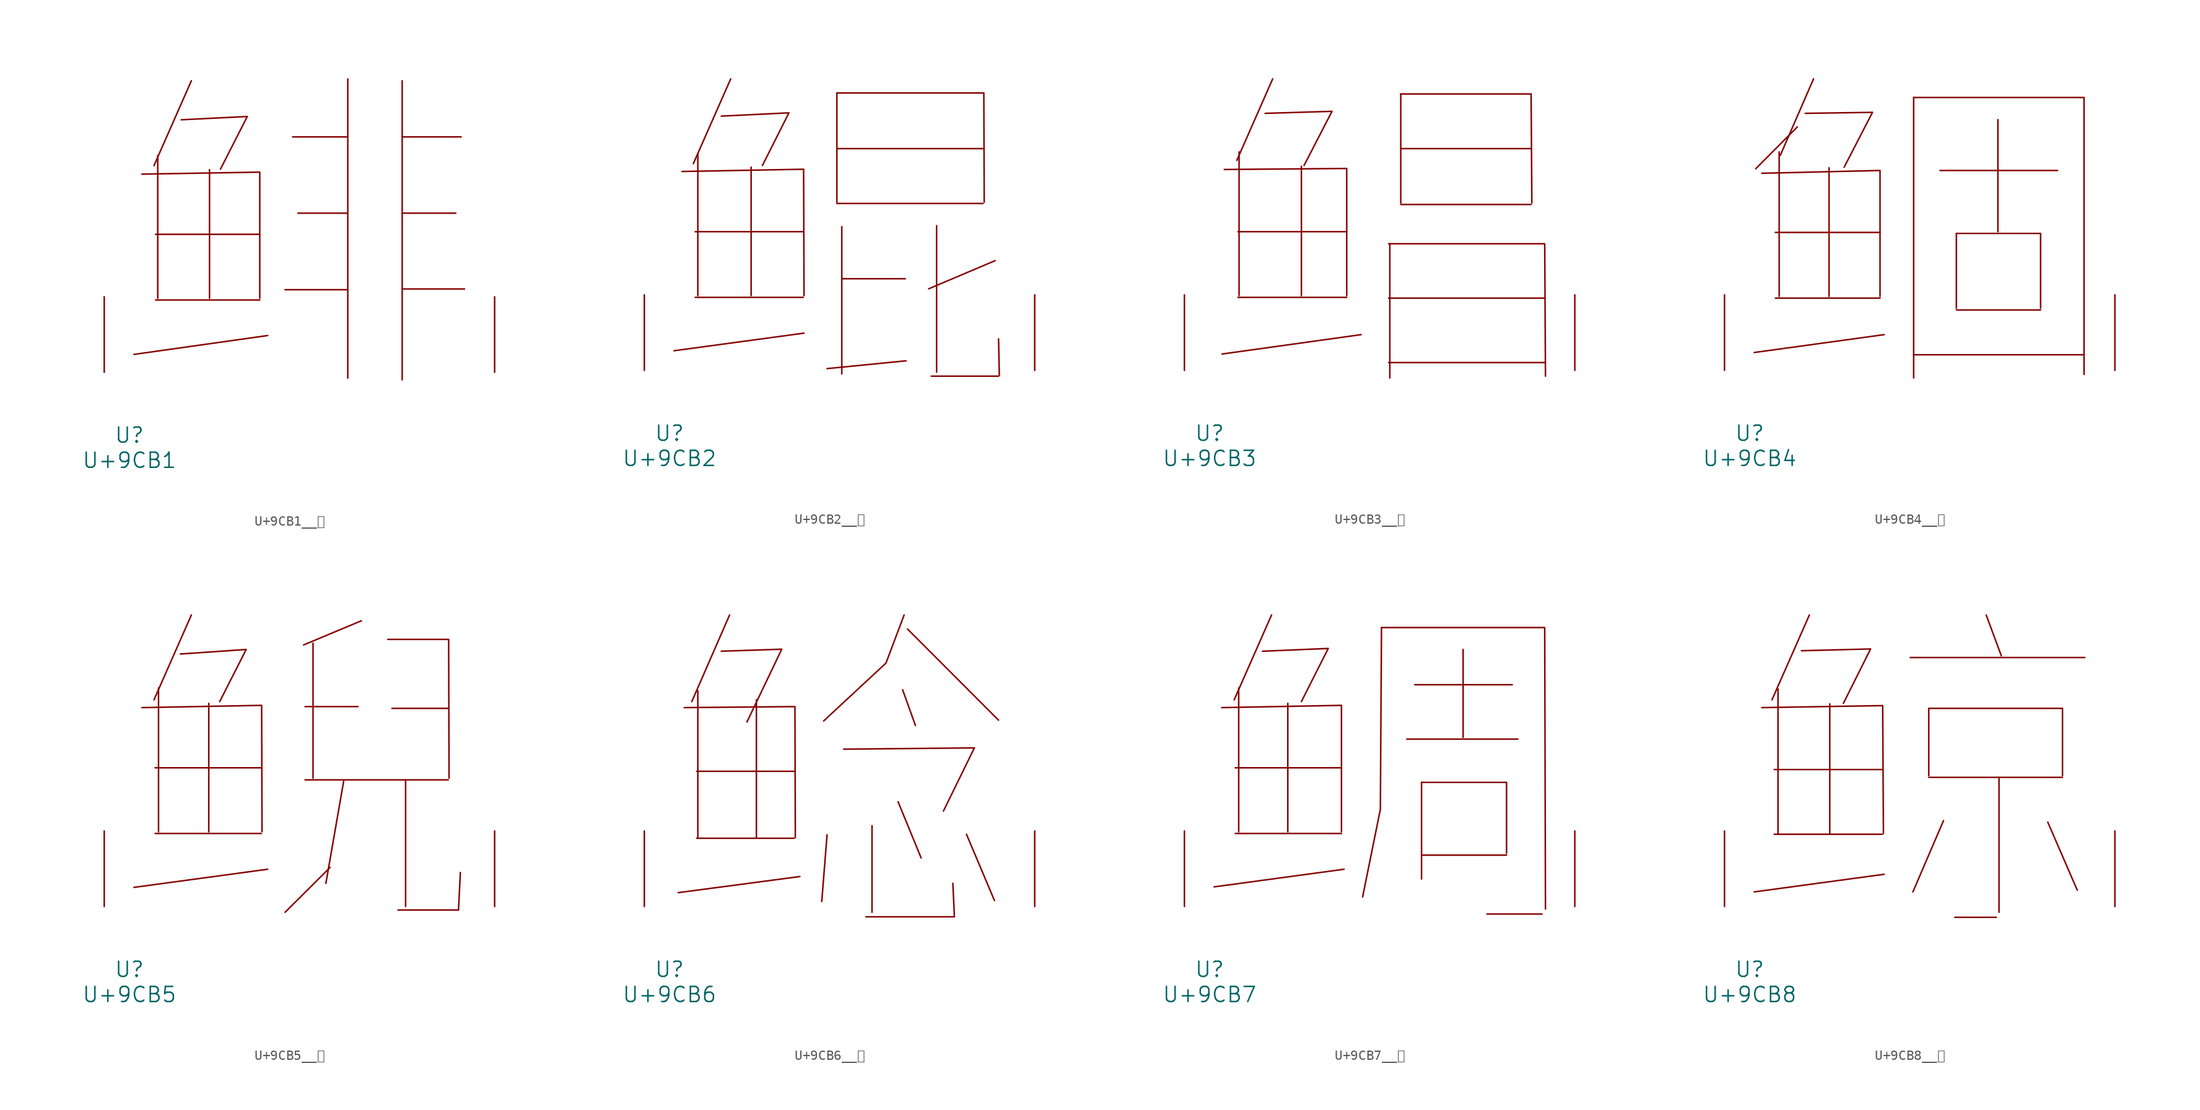
<source format=kicad_sym>
(kicad_symbol_lib
  (version 20231120)
  (generator "kicad_symbol_editor")
  (generator_version "8.0")
  (symbol "U+9CB1__鲱"
    (pin_names
      (offset 1.016))
    (property "Reference" "U"
      (at 0 -6.35 0)
      (effects (font (size 1.524 1.524))))
    (property "Value" "U+9CB1"
      (at 0 -8.89 0)
      (effects (font (size 1.524 1.524))))
    (symbol "U+9CB1__鲱_0_1"
      (polyline (pts (xy 2.629 7.29) (xy 13.145 7.29)) (stroke (width 0) (type solid)) (fill (type none)))
      (polyline (pts (xy 2.629 13.919) (xy 13.145 13.919)) (stroke (width 0) (type solid)) (fill (type none)))
      (polyline (pts (xy 2.857 21.869) (xy 2.857 7.468)) (stroke (width 0) (type solid)) (fill (type none)))
      (polyline (pts (xy 6.248 29.413) (xy 2.477 20.853)) (stroke (width 0) (type solid)) (fill (type none)))
      (polyline (pts (xy 8.077 20.447) (xy 8.077 7.468)) (stroke (width 0) (type solid)) (fill (type none)))
      (polyline (pts (xy 13.945 3.708) (xy 0.457 1.803)) (stroke (width 0) (type solid)) (fill (type none)))
      (polyline (pts (xy 15.697 8.331) (xy 21.946 8.331)) (stroke (width 0) (type solid)) (fill (type none)))
      (polyline (pts (xy 16.459 23.749) (xy 21.946 23.749)) (stroke (width 0) (type solid)) (fill (type none)))
      (polyline (pts (xy 16.993 16.053) (xy 21.946 16.053)) (stroke (width 0) (type solid)) (fill (type none)))
      (polyline (pts (xy 22.022 29.591) (xy 22.022 -0.584)) (stroke (width 0) (type solid)) (fill (type none)))
      (polyline (pts (xy 27.508 8.407) (xy 33.795 8.407)) (stroke (width 0) (type solid)) (fill (type none)))
      (polyline (pts (xy 27.508 16.053) (xy 32.918 16.053)) (stroke (width 0) (type solid)) (fill (type none)))
      (polyline (pts (xy 27.508 23.749) (xy 33.452 23.749)) (stroke (width 0) (type solid)) (fill (type none)))
      (polyline (pts (xy 27.508 29.413) (xy 27.508 -0.762)) (stroke (width 0) (type solid)) (fill (type none)))
      (polyline (pts (xy 1.257 19.99) (xy 13.145 20.193) (xy 13.145 7.468)) (stroke (width 0) (type solid)) (fill (type none)))
      (polyline (pts (xy 5.22 25.476) (xy 11.887 25.806) (xy 9.182 20.498)) (stroke (width 0) (type solid)) (fill (type none)))
      (pin input line (at -2.54 0 90) (length 7.62) (name "~" (effects (font (size 1.27 1.27)))) (number "~" (effects (font (size 1.27 1.27)))))
      (pin input line (at 36.83 0 90) (length 7.62) (name "~" (effects (font (size 1.27 1.27)))) (number "~" (effects (font (size 1.27 1.27)))))))
  (symbol "U+9CB2__鲲"
    (pin_names
      (offset 1.016))
    (property "Reference" "U"
      (at 0 -6.35 0)
      (effects (font (size 1.524 1.524))))
    (property "Value" "U+9CB2"
      (at 0 -8.89 0)
      (effects (font (size 1.524 1.524))))
    (symbol "U+9CB2__鲲_0_1"
      (polyline (pts (xy 2.591 7.366) (xy 13.487 7.366)) (stroke (width 0) (type solid)) (fill (type none)))
      (polyline (pts (xy 2.591 13.995) (xy 13.487 13.995)) (stroke (width 0) (type solid)) (fill (type none)))
      (polyline (pts (xy 2.857 21.869) (xy 2.857 7.544)) (stroke (width 0) (type solid)) (fill (type none)))
      (polyline (pts (xy 6.172 29.413) (xy 2.4 20.853)) (stroke (width 0) (type solid)) (fill (type none)))
      (polyline (pts (xy 8.23 20.498) (xy 8.23 7.544)) (stroke (width 0) (type solid)) (fill (type none)))
      (polyline (pts (xy 13.564 3.759) (xy 0.457 1.981)) (stroke (width 0) (type solid)) (fill (type none)))
      (polyline (pts (xy 16.878 16.84) (xy 31.623 16.84)) (stroke (width 0) (type solid)) (fill (type none)))
      (polyline (pts (xy 16.878 22.377) (xy 31.623 22.377)) (stroke (width 0) (type solid)) (fill (type none)))
      (polyline (pts (xy 16.878 27.991) (xy 16.878 16.967)) (stroke (width 0) (type solid)) (fill (type none)))
      (polyline (pts (xy 17.374 9.246) (xy 23.774 9.246)) (stroke (width 0) (type solid)) (fill (type none)))
      (polyline (pts (xy 17.374 14.503) (xy 17.374 -0.356)) (stroke (width 0) (type solid)) (fill (type none)))
      (polyline (pts (xy 23.851 0.965) (xy 15.888 0.178)) (stroke (width 0) (type solid)) (fill (type none)))
      (polyline (pts (xy 26.403 -0.584) (xy 33.185 -0.584)) (stroke (width 0) (type solid)) (fill (type none)))
      (polyline (pts (xy 26.937 14.605) (xy 26.937 -0.178)) (stroke (width 0) (type solid)) (fill (type none)))
      (polyline (pts (xy 32.842 11.074) (xy 26.137 8.23)) (stroke (width 0) (type solid)) (fill (type none)))
      (polyline (pts (xy 33.185 3.175) (xy 33.261 -0.508)) (stroke (width 0) (type solid)) (fill (type none)))
      (polyline (pts (xy 1.257 20.066) (xy 13.525 20.295) (xy 13.564 7.544)) (stroke (width 0) (type solid)) (fill (type none)))
      (polyline (pts (xy 5.22 25.654) (xy 12.04 25.984) (xy 9.373 20.676)) (stroke (width 0) (type solid)) (fill (type none)))
      (polyline (pts (xy 16.878 27.991) (xy 31.699 27.991) (xy 31.737 16.967)) (stroke (width 0) (type solid)) (fill (type none)))
      (pin input line (at -2.54 0 90) (length 7.62) (name "~" (effects (font (size 1.27 1.27)))) (number "~" (effects (font (size 1.27 1.27)))))
      (pin input line (at 36.83 0 90) (length 7.62) (name "~" (effects (font (size 1.27 1.27)))) (number "~" (effects (font (size 1.27 1.27)))))))
  (symbol "U+9CB3__鲳"
    (pin_names
      (offset 1.016))
    (property "Reference" "U"
      (at 0 -6.35 0)
      (effects (font (size 1.524 1.524))))
    (property "Value" "U+9CB3"
      (at 0 -8.89 0)
      (effects (font (size 1.524 1.524))))
    (symbol "U+9CB3__鲳_0_1"
      (polyline (pts (xy 2.857 7.366) (xy 13.83 7.366)) (stroke (width 0) (type solid)) (fill (type none)))
      (polyline (pts (xy 2.857 13.995) (xy 13.83 13.995)) (stroke (width 0) (type solid)) (fill (type none)))
      (polyline (pts (xy 2.972 22.047) (xy 2.972 7.544)) (stroke (width 0) (type solid)) (fill (type none)))
      (polyline (pts (xy 6.363 29.413) (xy 2.743 21.184)) (stroke (width 0) (type solid)) (fill (type none)))
      (polyline (pts (xy 9.258 20.599) (xy 9.258 7.544)) (stroke (width 0) (type solid)) (fill (type none)))
      (polyline (pts (xy 15.278 3.607) (xy 1.257 1.651)) (stroke (width 0) (type solid)) (fill (type none)))
      (polyline (pts (xy 18.059 0.787) (xy 33.795 0.787)) (stroke (width 0) (type solid)) (fill (type none)))
      (polyline (pts (xy 18.059 7.29) (xy 33.795 7.29)) (stroke (width 0) (type solid)) (fill (type none)))
      (polyline (pts (xy 18.174 12.776) (xy 18.174 -0.762)) (stroke (width 0) (type solid)) (fill (type none)))
      (polyline (pts (xy 19.279 16.739) (xy 32.423 16.739)) (stroke (width 0) (type solid)) (fill (type none)))
      (polyline (pts (xy 19.279 22.377) (xy 32.423 22.377)) (stroke (width 0) (type solid)) (fill (type none)))
      (polyline (pts (xy 19.279 27.889) (xy 19.279 16.891)) (stroke (width 0) (type solid)) (fill (type none)))
      (polyline (pts (xy 1.486 20.269) (xy 13.83 20.371) (xy 13.83 7.544)) (stroke (width 0) (type solid)) (fill (type none)))
      (polyline (pts (xy 5.601 25.933) (xy 12.344 26.137) (xy 9.525 20.676)) (stroke (width 0) (type solid)) (fill (type none)))
      (polyline (pts (xy 18.059 12.776) (xy 33.795 12.776) (xy 33.871 -0.584)) (stroke (width 0) (type solid)) (fill (type none)))
      (polyline (pts (xy 19.279 27.889) (xy 32.423 27.889) (xy 32.499 16.891)) (stroke (width 0) (type solid)) (fill (type none)))
      (pin input line (at -2.54 0 90) (length 7.62) (name "~" (effects (font (size 1.27 1.27)))) (number "~" (effects (font (size 1.27 1.27)))))
      (pin input line (at 36.83 0 90) (length 7.62) (name "~" (effects (font (size 1.27 1.27)))) (number "~" (effects (font (size 1.27 1.27)))))))
  (symbol "U+9CB4__鲴"
    (pin_names
      (offset 1.016))
    (property "Reference" "U"
      (at 0 -6.35 0)
      (effects (font (size 1.524 1.524))))
    (property "Value" "U+9CB4"
      (at 0 -8.89 0)
      (effects (font (size 1.524 1.524))))
    (symbol "U+9CB4__鲴_0_1"
      (polyline (pts (xy 2.591 7.29) (xy 13.145 7.29)) (stroke (width 0) (type solid)) (fill (type none)))
      (polyline (pts (xy 2.591 13.919) (xy 13.145 13.919)) (stroke (width 0) (type solid)) (fill (type none)))
      (polyline (pts (xy 2.972 22.047) (xy 2.972 7.468)) (stroke (width 0) (type solid)) (fill (type none)))
      (polyline (pts (xy 4.801 24.562) (xy 0.61 20.345)) (stroke (width 0) (type solid)) (fill (type none)))
      (polyline (pts (xy 6.439 29.413) (xy 3.086 21.692)) (stroke (width 0) (type solid)) (fill (type none)))
      (polyline (pts (xy 8.001 20.447) (xy 8.001 7.468)) (stroke (width 0) (type solid)) (fill (type none)))
      (polyline (pts (xy 13.564 3.607) (xy 0.457 1.803)) (stroke (width 0) (type solid)) (fill (type none)))
      (polyline (pts (xy 16.535 1.575) (xy 33.718 1.575)) (stroke (width 0) (type solid)) (fill (type none)))
      (polyline (pts (xy 16.535 27.534) (xy 16.535 -0.762)) (stroke (width 0) (type solid)) (fill (type none)))
      (polyline (pts (xy 19.202 20.168) (xy 31.052 20.168)) (stroke (width 0) (type solid)) (fill (type none)))
      (polyline (pts (xy 20.841 6.096) (xy 29.337 6.096)) (stroke (width 0) (type solid)) (fill (type none)))
      (polyline (pts (xy 20.841 13.818) (xy 20.841 6.274)) (stroke (width 0) (type solid)) (fill (type none)))
      (polyline (pts (xy 25.032 25.298) (xy 25.032 13.995)) (stroke (width 0) (type solid)) (fill (type none)))
      (polyline (pts (xy 1.219 19.888) (xy 13.145 20.168) (xy 13.145 7.468)) (stroke (width 0) (type solid)) (fill (type none)))
      (polyline (pts (xy 5.601 25.933) (xy 12.383 26.035) (xy 9.525 20.498)) (stroke (width 0) (type solid)) (fill (type none)))
      (polyline (pts (xy 16.535 27.534) (xy 33.718 27.534) (xy 33.718 -0.406)) (stroke (width 0) (type solid)) (fill (type none)))
      (polyline (pts (xy 20.841 13.818) (xy 29.337 13.818) (xy 29.337 6.274)) (stroke (width 0) (type solid)) (fill (type none)))
      (pin input line (at -2.54 0 90) (length 7.62) (name "~" (effects (font (size 1.27 1.27)))) (number "~" (effects (font (size 1.27 1.27)))))
      (pin input line (at 36.83 0 90) (length 7.62) (name "~" (effects (font (size 1.27 1.27)))) (number "~" (effects (font (size 1.27 1.27)))))))
  (symbol "U+9CB5__鲵"
    (pin_names
      (offset 1.016))
    (property "Reference" "U"
      (at 0 -6.35 0)
      (effects (font (size 1.524 1.524))))
    (property "Value" "U+9CB5"
      (at 0 -8.89 0)
      (effects (font (size 1.524 1.524))))
    (symbol "U+9CB5__鲵_0_1"
      (polyline (pts (xy 2.591 7.366) (xy 13.297 7.366)) (stroke (width 0) (type solid)) (fill (type none)))
      (polyline (pts (xy 2.591 13.995) (xy 13.297 13.995)) (stroke (width 0) (type solid)) (fill (type none)))
      (polyline (pts (xy 2.934 22.047) (xy 2.934 7.544)) (stroke (width 0) (type solid)) (fill (type none)))
      (polyline (pts (xy 6.248 29.413) (xy 2.477 20.853)) (stroke (width 0) (type solid)) (fill (type none)))
      (polyline (pts (xy 8.001 20.498) (xy 8.001 7.544)) (stroke (width 0) (type solid)) (fill (type none)))
      (polyline (pts (xy 13.945 3.759) (xy 0.457 1.93)) (stroke (width 0) (type solid)) (fill (type none)))
      (polyline (pts (xy 17.716 12.776) (xy 32.156 12.776)) (stroke (width 0) (type solid)) (fill (type none)))
      (polyline (pts (xy 17.716 20.168) (xy 23.05 20.168)) (stroke (width 0) (type solid)) (fill (type none)))
      (polyline (pts (xy 18.517 26.568) (xy 18.517 12.954)) (stroke (width 0) (type solid)) (fill (type none)))
      (polyline (pts (xy 20.231 3.937) (xy 15.697 -0.584)) (stroke (width 0) (type solid)) (fill (type none)))
      (polyline (pts (xy 21.603 12.624) (xy 19.812 2.337)) (stroke (width 0) (type solid)) (fill (type none)))
      (polyline (pts (xy 23.393 28.829) (xy 17.564 26.391)) (stroke (width 0) (type solid)) (fill (type none)))
      (polyline (pts (xy 26.48 19.99) (xy 32.156 19.99)) (stroke (width 0) (type solid)) (fill (type none)))
      (polyline (pts (xy 27.089 -0.356) (xy 33.185 -0.356)) (stroke (width 0) (type solid)) (fill (type none)))
      (polyline (pts (xy 27.851 12.776) (xy 27.851 0)) (stroke (width 0) (type solid)) (fill (type none)))
      (polyline (pts (xy 33.376 3.429) (xy 33.185 -0.356)) (stroke (width 0) (type solid)) (fill (type none)))
      (polyline (pts (xy 1.257 20.066) (xy 13.335 20.295) (xy 13.373 7.544)) (stroke (width 0) (type solid)) (fill (type none)))
      (polyline (pts (xy 5.144 25.476) (xy 11.773 25.933) (xy 9.106 20.676)) (stroke (width 0) (type solid)) (fill (type none)))
      (polyline (pts (xy 26.06 26.949) (xy 32.194 26.949) (xy 32.233 12.954)) (stroke (width 0) (type solid)) (fill (type none)))
      (pin input line (at -2.54 0 90) (length 7.62) (name "~" (effects (font (size 1.27 1.27)))) (number "~" (effects (font (size 1.27 1.27)))))
      (pin input line (at 36.83 0 90) (length 7.62) (name "~" (effects (font (size 1.27 1.27)))) (number "~" (effects (font (size 1.27 1.27)))))))
  (symbol "U+9CB6__鲶"
    (pin_names
      (offset 1.016))
    (property "Reference" "U"
      (at 0 -6.35 0)
      (effects (font (size 1.524 1.524))))
    (property "Value" "U+9CB6"
      (at 0 -8.89 0)
      (effects (font (size 1.524 1.524))))
    (symbol "U+9CB6__鲶_0_1"
      (polyline (pts (xy 2.743 6.883) (xy 12.573 6.883)) (stroke (width 0) (type solid)) (fill (type none)))
      (polyline (pts (xy 2.743 13.64) (xy 12.573 13.64)) (stroke (width 0) (type solid)) (fill (type none)))
      (polyline (pts (xy 2.857 21.768) (xy 2.857 6.96)) (stroke (width 0) (type solid)) (fill (type none)))
      (polyline (pts (xy 6.058 29.413) (xy 2.248 20.676)) (stroke (width 0) (type solid)) (fill (type none)))
      (polyline (pts (xy 8.763 20.853) (xy 8.763 6.96)) (stroke (width 0) (type solid)) (fill (type none)))
      (polyline (pts (xy 13.145 3.023) (xy 0.876 1.397)) (stroke (width 0) (type solid)) (fill (type none)))
      (polyline (pts (xy 15.888 7.239) (xy 15.354 0.508)) (stroke (width 0) (type solid)) (fill (type none)))
      (polyline (pts (xy 19.812 -1.041) (xy 28.727 -1.041)) (stroke (width 0) (type solid)) (fill (type none)))
      (polyline (pts (xy 20.422 8.153) (xy 20.422 -0.584)) (stroke (width 0) (type solid)) (fill (type none)))
      (polyline (pts (xy 23.05 10.566) (xy 25.375 4.902)) (stroke (width 0) (type solid)) (fill (type none)))
      (polyline (pts (xy 23.508 21.869) (xy 24.803 18.263)) (stroke (width 0) (type solid)) (fill (type none)))
      (polyline (pts (xy 24.003 27.991) (xy 33.185 18.796)) (stroke (width 0) (type solid)) (fill (type none)))
      (polyline (pts (xy 28.575 2.337) (xy 28.727 -0.94)) (stroke (width 0) (type solid)) (fill (type none)))
      (polyline (pts (xy 29.947 7.29) (xy 32.766 0.61)) (stroke (width 0) (type solid)) (fill (type none)))
      (polyline (pts (xy 1.486 20.066) (xy 12.649 20.168) (xy 12.687 6.96)) (stroke (width 0) (type solid)) (fill (type none)))
      (polyline (pts (xy 5.22 25.756) (xy 11.316 25.959) (xy 7.811 18.618)) (stroke (width 0) (type solid)) (fill (type none)))
      (polyline (pts (xy 17.564 15.875) (xy 30.747 16.002) (xy 27.622 9.627)) (stroke (width 0) (type solid)) (fill (type none)))
      (polyline (pts (xy 23.66 29.413) (xy 21.831 24.562) (xy 15.545 18.72)) (stroke (width 0) (type solid)) (fill (type none)))
      (pin input line (at -2.54 0 90) (length 7.62) (name "~" (effects (font (size 1.27 1.27)))) (number "~" (effects (font (size 1.27 1.27)))))
      (pin input line (at 36.83 0 90) (length 7.62) (name "~" (effects (font (size 1.27 1.27)))) (number "~" (effects (font (size 1.27 1.27)))))))
  (symbol "U+9CB7__鲷"
    (pin_names
      (offset 1.016))
    (property "Reference" "U"
      (at 0 -6.35 0)
      (effects (font (size 1.524 1.524))))
    (property "Value" "U+9CB7"
      (at 0 -8.89 0)
      (effects (font (size 1.524 1.524))))
    (symbol "U+9CB7__鲷_0_1"
      (polyline (pts (xy 2.591 7.366) (xy 13.297 7.366)) (stroke (width 0) (type solid)) (fill (type none)))
      (polyline (pts (xy 2.591 13.995) (xy 13.297 13.995)) (stroke (width 0) (type solid)) (fill (type none)))
      (polyline (pts (xy 2.934 22.047) (xy 2.934 7.544)) (stroke (width 0) (type solid)) (fill (type none)))
      (polyline (pts (xy 6.248 29.413) (xy 2.477 20.853)) (stroke (width 0) (type solid)) (fill (type none)))
      (polyline (pts (xy 7.887 20.498) (xy 7.887 7.544)) (stroke (width 0) (type solid)) (fill (type none)))
      (polyline (pts (xy 13.564 3.759) (xy 0.457 1.981)) (stroke (width 0) (type solid)) (fill (type none)))
      (polyline (pts (xy 19.888 16.891) (xy 31.09 16.891)) (stroke (width 0) (type solid)) (fill (type none)))
      (polyline (pts (xy 20.688 22.377) (xy 30.518 22.377)) (stroke (width 0) (type solid)) (fill (type none)))
      (polyline (pts (xy 21.374 5.182) (xy 29.947 5.182)) (stroke (width 0) (type solid)) (fill (type none)))
      (polyline (pts (xy 21.374 12.522) (xy 21.374 2.769)) (stroke (width 0) (type solid)) (fill (type none)))
      (polyline (pts (xy 25.565 25.933) (xy 25.565 17.069)) (stroke (width 0) (type solid)) (fill (type none)))
      (polyline (pts (xy 27.965 -0.762) (xy 33.528 -0.762)) (stroke (width 0) (type solid)) (fill (type none)))
      (polyline (pts (xy 1.219 20.066) (xy 13.297 20.295) (xy 13.297 7.544)) (stroke (width 0) (type solid)) (fill (type none)))
      (polyline (pts (xy 5.334 25.756) (xy 11.963 26.035) (xy 9.258 20.676)) (stroke (width 0) (type solid)) (fill (type none)))
      (polyline (pts (xy 17.335 28.143) (xy 17.221 9.804) (xy 15.431 0.965)) (stroke (width 0) (type solid)) (fill (type none)))
      (polyline (pts (xy 17.335 28.143) (xy 33.795 28.143) (xy 33.871 -0.254)) (stroke (width 0) (type solid)) (fill (type none)))
      (polyline (pts (xy 21.374 12.522) (xy 29.947 12.522) (xy 29.947 5.359)) (stroke (width 0) (type solid)) (fill (type none)))
      (pin input line (at -2.54 0 90) (length 7.62) (name "~" (effects (font (size 1.27 1.27)))) (number "~" (effects (font (size 1.27 1.27)))))
      (pin input line (at 36.83 0 90) (length 7.62) (name "~" (effects (font (size 1.27 1.27)))) (number "~" (effects (font (size 1.27 1.27)))))))
  (symbol "U+9CB8__鲸"
    (pin_names
      (offset 1.016))
    (property "Reference" "U"
      (at 0 -6.35 0)
      (effects (font (size 1.524 1.524))))
    (property "Value" "U+9CB8"
      (at 0 -8.89 0)
      (effects (font (size 1.524 1.524))))
    (symbol "U+9CB8__鲸_0_1"
      (polyline (pts (xy 2.477 7.29) (xy 13.373 7.29)) (stroke (width 0) (type solid)) (fill (type none)))
      (polyline (pts (xy 2.477 13.818) (xy 13.373 13.818)) (stroke (width 0) (type solid)) (fill (type none)))
      (polyline (pts (xy 2.857 21.946) (xy 2.857 7.366)) (stroke (width 0) (type solid)) (fill (type none)))
      (polyline (pts (xy 6.02 29.413) (xy 2.248 20.853)) (stroke (width 0) (type solid)) (fill (type none)))
      (polyline (pts (xy 8.077 20.447) (xy 8.077 7.366)) (stroke (width 0) (type solid)) (fill (type none)))
      (polyline (pts (xy 13.564 3.251) (xy 0.457 1.473)) (stroke (width 0) (type solid)) (fill (type none)))
      (polyline (pts (xy 16.192 25.121) (xy 33.795 25.121)) (stroke (width 0) (type solid)) (fill (type none)))
      (polyline (pts (xy 18.059 13.03) (xy 31.547 13.03)) (stroke (width 0) (type solid)) (fill (type none)))
      (polyline (pts (xy 18.059 19.99) (xy 18.059 13.208)) (stroke (width 0) (type solid)) (fill (type none)))
      (polyline (pts (xy 19.545 8.661) (xy 16.459 1.473)) (stroke (width 0) (type solid)) (fill (type none)))
      (polyline (pts (xy 20.688 -1.092) (xy 24.879 -1.092)) (stroke (width 0) (type solid)) (fill (type none)))
      (polyline (pts (xy 23.851 29.413) (xy 25.375 25.298)) (stroke (width 0) (type solid)) (fill (type none)))
      (polyline (pts (xy 25.146 13.03) (xy 25.146 -0.584)) (stroke (width 0) (type solid)) (fill (type none)))
      (polyline (pts (xy 30.061 8.509) (xy 33.033 1.651)) (stroke (width 0) (type solid)) (fill (type none)))
      (polyline (pts (xy 1.219 20.066) (xy 13.411 20.269) (xy 13.487 7.366)) (stroke (width 0) (type solid)) (fill (type none)))
      (polyline (pts (xy 5.22 25.806) (xy 12.192 25.984) (xy 9.449 20.498)) (stroke (width 0) (type solid)) (fill (type none)))
      (polyline (pts (xy 18.059 19.99) (xy 31.547 19.99) (xy 31.547 13.208)) (stroke (width 0) (type solid)) (fill (type none)))
      (pin input line (at -2.54 0 90) (length 7.62) (name "~" (effects (font (size 1.27 1.27)))) (number "~" (effects (font (size 1.27 1.27)))))
      (pin input line (at 36.83 0 90) (length 7.62) (name "~" (effects (font (size 1.27 1.27)))) (number "~" (effects (font (size 1.27 1.27))))))))
</source>
